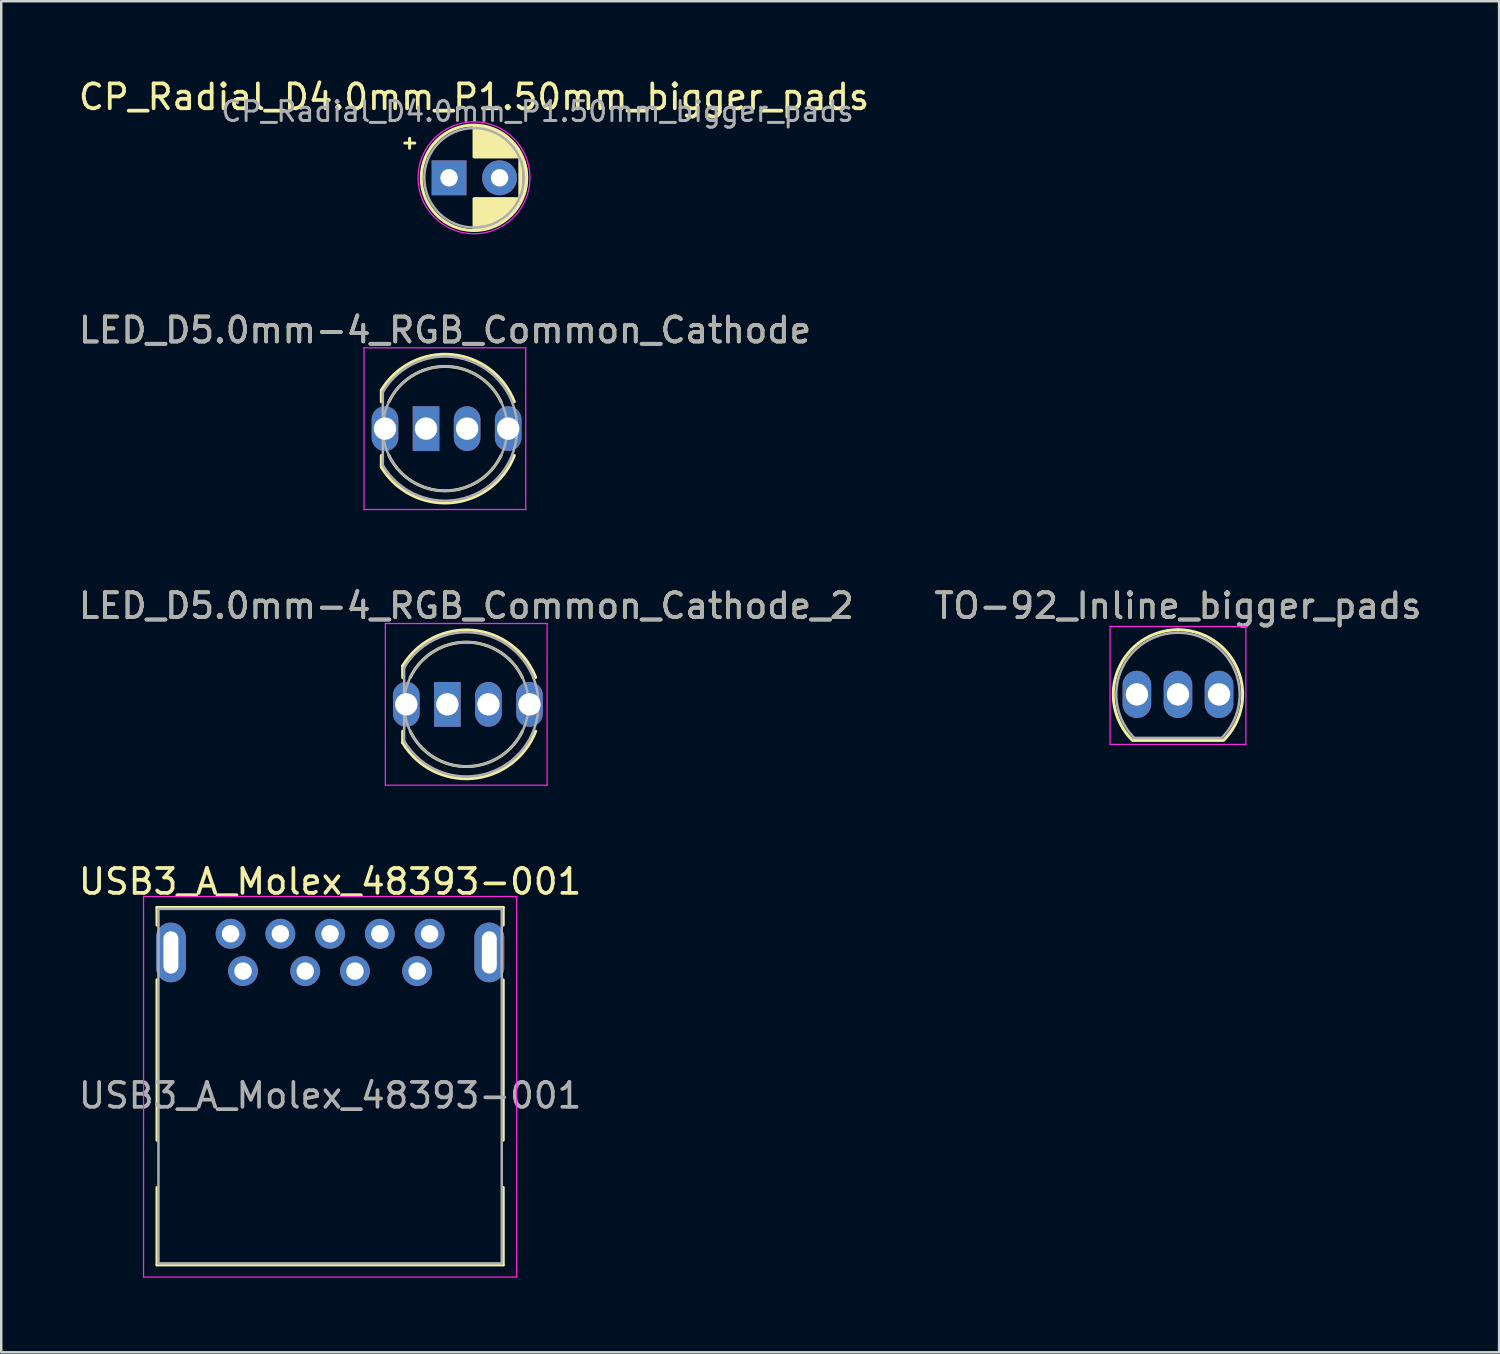
<source format=kicad_pcb>
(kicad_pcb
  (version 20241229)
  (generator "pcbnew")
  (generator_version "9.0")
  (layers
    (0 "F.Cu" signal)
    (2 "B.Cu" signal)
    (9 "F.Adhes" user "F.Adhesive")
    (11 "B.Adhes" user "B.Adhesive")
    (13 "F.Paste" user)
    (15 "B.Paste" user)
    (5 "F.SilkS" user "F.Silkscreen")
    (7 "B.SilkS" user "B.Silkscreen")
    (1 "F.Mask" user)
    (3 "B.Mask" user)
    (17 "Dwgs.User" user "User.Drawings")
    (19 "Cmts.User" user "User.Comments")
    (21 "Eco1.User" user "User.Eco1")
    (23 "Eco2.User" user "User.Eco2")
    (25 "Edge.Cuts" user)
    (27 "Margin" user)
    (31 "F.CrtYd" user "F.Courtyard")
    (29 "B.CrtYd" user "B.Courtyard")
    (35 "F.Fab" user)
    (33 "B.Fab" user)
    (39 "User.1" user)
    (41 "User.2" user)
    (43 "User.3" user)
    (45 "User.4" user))
  (footprint "CP_Radial_D4.0mm_P1.50mm_bigger_pads"
    (layer "F.Cu")
    (at 15.256 4.098)
    (property "Reference" "CP_Radial_D4.0mm_P1.50mm_bigger_pads" (at 0.75 -3.25 0) (layer "F.SilkS") (effects (font (size 1 1) (thickness 0.15))))
    (attr through_hole)
    (fp_line (start -2.032 -1.397) (end -1.632 -1.397) (stroke (width 0.12) (type solid)) (layer "F.SilkS"))
    (fp_line (start -1.841 -1.587) (end -1.841 -1.188) (stroke (width 0.12) (type solid)) (layer "F.SilkS"))
    (fp_line (start 0.75 -2.08) (end 0.75 -0.84) (stroke (width 0.12) (type solid)) (layer "F.SilkS"))
    (fp_line (start 0.75 0.84) (end 0.75 2.08) (stroke (width 0.12) (type solid)) (layer "F.SilkS"))
    (fp_line (start 0.79 -2.08) (end 0.79 -0.84) (stroke (width 0.12) (type solid)) (layer "F.SilkS"))
    (fp_line (start 0.79 0.84) (end 0.79 2.08) (stroke (width 0.12) (type solid)) (layer "F.SilkS"))
    (fp_line (start 0.83 -2.079) (end 0.83 -0.84) (stroke (width 0.12) (type solid)) (layer "F.SilkS"))
    (fp_line (start 0.83 0.84) (end 0.83 2.079) (stroke (width 0.12) (type solid)) (layer "F.SilkS"))
    (fp_line (start 0.87 -2.077) (end 0.87 -0.84) (stroke (width 0.12) (type solid)) (layer "F.SilkS"))
    (fp_line (start 0.87 0.84) (end 0.87 2.077) (stroke (width 0.12) (type solid)) (layer "F.SilkS"))
    (fp_line (start 0.91 -2.074) (end 0.91 -0.84) (stroke (width 0.12) (type solid)) (layer "F.SilkS"))
    (fp_line (start 0.91 0.84) (end 0.91 2.074) (stroke (width 0.12) (type solid)) (layer "F.SilkS"))
    (fp_line (start 0.95 -2.071) (end 0.95 -0.84) (stroke (width 0.12) (type solid)) (layer "F.SilkS"))
    (fp_line (start 0.95 0.84) (end 0.95 2.071) (stroke (width 0.12) (type solid)) (layer "F.SilkS"))
    (fp_line (start 0.99 -2.067) (end 0.99 -0.84) (stroke (width 0.12) (type solid)) (layer "F.SilkS"))
    (fp_line (start 0.99 0.84) (end 0.99 2.067) (stroke (width 0.12) (type solid)) (layer "F.SilkS"))
    (fp_line (start 1.03 -2.062) (end 1.03 -0.84) (stroke (width 0.12) (type solid)) (layer "F.SilkS"))
    (fp_line (start 1.03 0.84) (end 1.03 2.062) (stroke (width 0.12) (type solid)) (layer "F.SilkS"))
    (fp_line (start 1.07 -2.056) (end 1.07 -0.84) (stroke (width 0.12) (type solid)) (layer "F.SilkS"))
    (fp_line (start 1.07 0.84) (end 1.07 2.056) (stroke (width 0.12) (type solid)) (layer "F.SilkS"))
    (fp_line (start 1.11 -2.05) (end 1.11 -0.84) (stroke (width 0.12) (type solid)) (layer "F.SilkS"))
    (fp_line (start 1.11 0.84) (end 1.11 2.05) (stroke (width 0.12) (type solid)) (layer "F.SilkS"))
    (fp_line (start 1.15 -2.042) (end 1.15 -0.84) (stroke (width 0.12) (type solid)) (layer "F.SilkS"))
    (fp_line (start 1.15 0.84) (end 1.15 2.042) (stroke (width 0.12) (type solid)) (layer "F.SilkS"))
    (fp_line (start 1.19 -2.034) (end 1.19 -0.84) (stroke (width 0.12) (type solid)) (layer "F.SilkS"))
    (fp_line (start 1.19 0.84) (end 1.19 2.034) (stroke (width 0.12) (type solid)) (layer "F.SilkS"))
    (fp_line (start 1.23 -2.025) (end 1.23 -0.84) (stroke (width 0.12) (type solid)) (layer "F.SilkS"))
    (fp_line (start 1.23 0.84) (end 1.23 2.025) (stroke (width 0.12) (type solid)) (layer "F.SilkS"))
    (fp_line (start 1.27 -2.016) (end 1.27 -0.84) (stroke (width 0.12) (type solid)) (layer "F.SilkS"))
    (fp_line (start 1.27 0.84) (end 1.27 2.016) (stroke (width 0.12) (type solid)) (layer "F.SilkS"))
    (fp_line (start 1.31 -2.005) (end 1.31 -0.84) (stroke (width 0.12) (type solid)) (layer "F.SilkS"))
    (fp_line (start 1.31 0.84) (end 1.31 2.005) (stroke (width 0.12) (type solid)) (layer "F.SilkS"))
    (fp_line (start 1.35 -1.994) (end 1.35 -0.84) (stroke (width 0.12) (type solid)) (layer "F.SilkS"))
    (fp_line (start 1.35 0.84) (end 1.35 1.994) (stroke (width 0.12) (type solid)) (layer "F.SilkS"))
    (fp_line (start 1.39 -1.982) (end 1.39 -0.84) (stroke (width 0.12) (type solid)) (layer "F.SilkS"))
    (fp_line (start 1.39 0.84) (end 1.39 1.982) (stroke (width 0.12) (type solid)) (layer "F.SilkS"))
    (fp_line (start 1.43 -1.968) (end 1.43 -0.84) (stroke (width 0.12) (type solid)) (layer "F.SilkS"))
    (fp_line (start 1.43 0.84) (end 1.43 1.968) (stroke (width 0.12) (type solid)) (layer "F.SilkS"))
    (fp_line (start 1.471 -1.954) (end 1.471 -0.84) (stroke (width 0.12) (type solid)) (layer "F.SilkS"))
    (fp_line (start 1.471 0.84) (end 1.471 1.954) (stroke (width 0.12) (type solid)) (layer "F.SilkS"))
    (fp_line (start 1.511 -1.94) (end 1.511 -0.84) (stroke (width 0.12) (type solid)) (layer "F.SilkS"))
    (fp_line (start 1.511 0.84) (end 1.511 1.94) (stroke (width 0.12) (type solid)) (layer "F.SilkS"))
    (fp_line (start 1.551 -1.924) (end 1.551 -0.84) (stroke (width 0.12) (type solid)) (layer "F.SilkS"))
    (fp_line (start 1.551 0.84) (end 1.551 1.924) (stroke (width 0.12) (type solid)) (layer "F.SilkS"))
    (fp_line (start 1.591 -1.907) (end 1.591 -0.84) (stroke (width 0.12) (type solid)) (layer "F.SilkS"))
    (fp_line (start 1.591 0.84) (end 1.591 1.907) (stroke (width 0.12) (type solid)) (layer "F.SilkS"))
    (fp_line (start 1.631 -1.889) (end 1.631 -0.84) (stroke (width 0.12) (type solid)) (layer "F.SilkS"))
    (fp_line (start 1.631 0.84) (end 1.631 1.889) (stroke (width 0.12) (type solid)) (layer "F.SilkS"))
    (fp_line (start 1.671 -1.87) (end 1.671 -0.84) (stroke (width 0.12) (type solid)) (layer "F.SilkS"))
    (fp_line (start 1.671 0.84) (end 1.671 1.87) (stroke (width 0.12) (type solid)) (layer "F.SilkS"))
    (fp_line (start 1.711 -1.851) (end 1.711 -0.84) (stroke (width 0.12) (type solid)) (layer "F.SilkS"))
    (fp_line (start 1.711 0.84) (end 1.711 1.851) (stroke (width 0.12) (type solid)) (layer "F.SilkS"))
    (fp_line (start 1.751 -1.83) (end 1.751 -0.84) (stroke (width 0.12) (type solid)) (layer "F.SilkS"))
    (fp_line (start 1.751 0.84) (end 1.751 1.83) (stroke (width 0.12) (type solid)) (layer "F.SilkS"))
    (fp_line (start 1.791 -1.808) (end 1.791 -0.84) (stroke (width 0.12) (type solid)) (layer "F.SilkS"))
    (fp_line (start 1.791 0.84) (end 1.791 1.808) (stroke (width 0.12) (type solid)) (layer "F.SilkS"))
    (fp_line (start 1.831 -1.785) (end 1.831 -0.84) (stroke (width 0.12) (type solid)) (layer "F.SilkS"))
    (fp_line (start 1.831 0.84) (end 1.831 1.785) (stroke (width 0.12) (type solid)) (layer "F.SilkS"))
    (fp_line (start 1.871 -1.76) (end 1.871 -0.84) (stroke (width 0.12) (type solid)) (layer "F.SilkS"))
    (fp_line (start 1.871 0.84) (end 1.871 1.76) (stroke (width 0.12) (type solid)) (layer "F.SilkS"))
    (fp_line (start 1.911 -1.735) (end 1.911 -0.84) (stroke (width 0.12) (type solid)) (layer "F.SilkS"))
    (fp_line (start 1.911 0.84) (end 1.911 1.735) (stroke (width 0.12) (type solid)) (layer "F.SilkS"))
    (fp_line (start 1.951 -1.708) (end 1.951 -0.84) (stroke (width 0.12) (type solid)) (layer "F.SilkS"))
    (fp_line (start 1.951 0.84) (end 1.951 1.708) (stroke (width 0.12) (type solid)) (layer "F.SilkS"))
    (fp_line (start 1.991 -1.68) (end 1.991 -0.84) (stroke (width 0.12) (type solid)) (layer "F.SilkS"))
    (fp_line (start 1.991 0.84) (end 1.991 1.68) (stroke (width 0.12) (type solid)) (layer "F.SilkS"))
    (fp_line (start 2.031 -1.65) (end 2.031 -0.84) (stroke (width 0.12) (type solid)) (layer "F.SilkS"))
    (fp_line (start 2.031 0.84) (end 2.031 1.65) (stroke (width 0.12) (type solid)) (layer "F.SilkS"))
    (fp_line (start 2.071 -1.619) (end 2.071 -0.84) (stroke (width 0.12) (type solid)) (layer "F.SilkS"))
    (fp_line (start 2.071 0.84) (end 2.071 1.619) (stroke (width 0.12) (type solid)) (layer "F.SilkS"))
    (fp_line (start 2.111 -1.587) (end 2.111 -0.84) (stroke (width 0.12) (type solid)) (layer "F.SilkS"))
    (fp_line (start 2.111 0.84) (end 2.111 1.587) (stroke (width 0.12) (type solid)) (layer "F.SilkS"))
    (fp_line (start 2.151 -1.552) (end 2.151 -0.84) (stroke (width 0.12) (type solid)) (layer "F.SilkS"))
    (fp_line (start 2.151 0.84) (end 2.151 1.552) (stroke (width 0.12) (type solid)) (layer "F.SilkS"))
    (fp_line (start 2.191 -1.516) (end 2.191 -0.84) (stroke (width 0.12) (type solid)) (layer "F.SilkS"))
    (fp_line (start 2.191 0.84) (end 2.191 1.516) (stroke (width 0.12) (type solid)) (layer "F.SilkS"))
    (fp_line (start 2.231 -1.478) (end 2.231 -0.84) (stroke (width 0.12) (type solid)) (layer "F.SilkS"))
    (fp_line (start 2.231 0.84) (end 2.231 1.478) (stroke (width 0.12) (type solid)) (layer "F.SilkS"))
    (fp_line (start 2.271 -1.438) (end 2.271 -0.84) (stroke (width 0.12) (type solid)) (layer "F.SilkS"))
    (fp_line (start 2.271 0.84) (end 2.271 1.438) (stroke (width 0.12) (type solid)) (layer "F.SilkS"))
    (fp_line (start 2.311 -1.396) (end 2.311 -0.84) (stroke (width 0.12) (type solid)) (layer "F.SilkS"))
    (fp_line (start 2.311 0.84) (end 2.311 1.396) (stroke (width 0.12) (type solid)) (layer "F.SilkS"))
    (fp_line (start 2.349 -0.826) (end 2.349 -1.206) (stroke (width 0.1) (type solid)) (layer "F.SilkS"))
    (fp_line (start 2.349 0.826) (end 2.349 1.27) (stroke (width 0.1) (type solid)) (layer "F.SilkS"))
    (fp_line (start 2.413 -0.826) (end 2.413 -1.27) (stroke (width 0.1) (type solid)) (layer "F.SilkS"))
    (fp_line (start 2.413 0.826) (end 2.413 1.206) (stroke (width 0.1) (type solid)) (layer "F.SilkS"))
    (fp_line (start 2.477 -0.826) (end 2.477 -1.143) (stroke (width 0.1) (type solid)) (layer "F.SilkS"))
    (fp_line (start 2.477 0.826) (end 2.477 1.143) (stroke (width 0.1) (type solid)) (layer "F.SilkS"))
    (fp_line (start 2.54 -0.826) (end 2.54 -1.143) (stroke (width 0.1) (type solid)) (layer "F.SilkS"))
    (fp_line (start 2.54 0.826) (end 2.54 1.079) (stroke (width 0.1) (type solid)) (layer "F.SilkS"))
    (fp_line (start 2.591 -1.013) (end 2.591 1.013) (stroke (width 0.12) (type solid)) (layer "F.SilkS"))
    (fp_line (start 2.631 -0.94) (end 2.631 0.94) (stroke (width 0.12) (type solid)) (layer "F.SilkS"))
    (fp_line (start 2.751 -0.664) (end 2.751 0.664) (stroke (width 0.12) (type solid)) (layer "F.SilkS"))
    (fp_line (start 2.791 -0.537) (end 2.791 0.537) (stroke (width 0.12) (type solid)) (layer "F.SilkS"))
    (fp_line (start 2.831 -0.37) (end 2.831 0.37) (stroke (width 0.12) (type solid)) (layer "F.SilkS"))
    (fp_circle (center 0.75 0) (end 2.87 0) (stroke (width 0.12) (type solid)) (fill no) (layer "F.SilkS"))
    (fp_circle (center 0.75 0) (end 3 0) (stroke (width 0.05) (type solid)) (fill no) (layer "F.CrtYd"))
    (fp_circle (center 0.75 0) (end 2.75 0) (stroke (width 0.1) (type solid)) (fill no) (layer "F.Fab"))
    (fp_text user "${REFERENCE}" (at 3.302 -2.667 0) (layer "F.Fab") (effects (font (size 0.8 0.8) (thickness 0.12))))
    (pad "1" thru_hole rect (at -0.254 0) (size 1.4 1.4) (drill 0.7) (layers "*.Cu" "*.Mask"))
    (pad "2" thru_hole circle (at 1.778 0) (size 1.4 1.4) (drill 0.7) (layers "*.Cu" "*.Mask")))
  (footprint "USB3_A_Molex_48393-001"
    (layer "F.Cu")
    (at 6.72 35.988)
    (property "Reference" "USB3_A_Molex_48393-001" (at 3.5 -3.6 0) (layer "F.SilkS") (effects (font (size 1 1) (thickness 0.15))))
    (attr through_hole)
    (fp_line (start -3.46 -2.56) (end -3.46 -1.85) (stroke (width 0.12) (type solid)) (layer "F.SilkS"))
    (fp_line (start -3.46 -2.56) (end 10.46 -2.56) (stroke (width 0.12) (type solid)) (layer "F.SilkS"))
    (fp_line (start -3.46 6.8) (end -3.46 0.35) (stroke (width 0.12) (type solid)) (layer "F.SilkS"))
    (fp_line (start -3.46 11.81) (end -3.46 8.7) (stroke (width 0.12) (type solid)) (layer "F.SilkS"))
    (fp_line (start -3.46 11.81) (end 10.46 11.81) (stroke (width 0.12) (type solid)) (layer "F.SilkS"))
    (fp_line (start 10.46 -2.56) (end 10.46 -1.85) (stroke (width 0.12) (type solid)) (layer "F.SilkS"))
    (fp_line (start 10.46 6.8) (end 10.46 0.35) (stroke (width 0.12) (type solid)) (layer "F.SilkS"))
    (fp_line (start 10.46 11.81) (end 10.46 8.7) (stroke (width 0.12) (type solid)) (layer "F.SilkS"))
    (fp_line (start -4 -3) (end 11 -3) (stroke (width 0.05) (type solid)) (layer "F.CrtYd"))
    (fp_line (start -4 12.3) (end -4 -3) (stroke (width 0.05) (type solid)) (layer "F.CrtYd"))
    (fp_line (start 11 -3) (end 11 12.3) (stroke (width 0.05) (type solid)) (layer "F.CrtYd"))
    (fp_line (start 11 12.3) (end -4 12.3) (stroke (width 0.05) (type solid)) (layer "F.CrtYd"))
    (fp_line (start -3.4 -2.5) (end 10.4 -2.5) (stroke (width 0.1) (type solid)) (layer "F.Fab"))
    (fp_line (start -3.4 11.75) (end -3.4 -2.5) (stroke (width 0.1) (type solid)) (layer "F.Fab"))
    (fp_line (start 10.4 -2.5) (end 10.4 11.75) (stroke (width 0.1) (type solid)) (layer "F.Fab"))
    (fp_line (start 10.4 11.75) (end -3.4 11.75) (stroke (width 0.1) (type solid)) (layer "F.Fab"))
    (fp_text user "${REFERENCE}" (at 3.5 5 0) (layer "F.Fab") (effects (font (size 1 1) (thickness 0.15))))
    (pad "1" thru_hole circle (at 0 0) (size 1.2 1.2) (drill 0.7) (layers "*.Cu" "*.Mask"))
    (pad "2" thru_hole circle (at 2.5 0) (size 1.2 1.2) (drill 0.7) (layers "*.Cu" "*.Mask"))
    (pad "3" thru_hole circle (at 4.5 0) (size 1.2 1.2) (drill 0.7) (layers "*.Cu" "*.Mask"))
    (pad "4" thru_hole circle (at 7 0) (size 1.2 1.2) (drill 0.7) (layers "*.Cu" "*.Mask"))
    (pad "5" thru_hole circle (at 7.5 -1.5) (size 1.2 1.2) (drill 0.7) (layers "*.Cu" "*.Mask"))
    (pad "6" thru_hole circle (at 5.5 -1.5) (size 1.2 1.2) (drill 0.7) (layers "*.Cu" "*.Mask"))
    (pad "7" thru_hole circle (at 3.5 -1.5) (size 1.2 1.2) (drill 0.7) (layers "*.Cu" "*.Mask"))
    (pad "8" thru_hole circle (at 1.5 -1.5) (size 1.2 1.2) (drill 0.7) (layers "*.Cu" "*.Mask"))
    (pad "9" thru_hole circle (at -0.5 -1.5) (size 1.2 1.2) (drill 0.7) (layers "*.Cu" "*.Mask"))
    (pad "10" thru_hole oval (at -2.9 -0.75) (size 1.2 2.4) (drill oval 0.6 1.7) (layers "*.Cu" "*.Mask"))
    (pad "10" thru_hole oval (at 9.9 -0.75) (size 1.2 2.4) (drill oval 0.6 1.7) (layers "*.Cu" "*.Mask")))
  (footprint "LED_D5.0mm-4_RGB_Common_Cathode"
    (layer "F.Cu")
    (at 12.934 14.181)
    (property "Reference" "LED_D5.0mm-4_RGB_Common_Cathode" (at 1.905 -3.96 0) (layer "F.SilkS") (effects (font (size 1 1) (thickness 0.15))))
    (attr through_hole)
    (fp_line (start -0.655 -1.545) (end -0.655 -1.08) (stroke (width 0.12) (type solid)) (layer "F.SilkS"))
    (fp_line (start -0.655 1.08) (end -0.655 1.545) (stroke (width 0.12) (type solid)) (layer "F.SilkS"))
    (fp_arc (start -0.655 -1.54483) (mid 2.163456 -2.978809) (end 4.692815 -1.080827) (stroke (width 0.12) (type solid)) (layer "F.SilkS"))
    (fp_arc (start -0.349684 -1.08) (mid 1.904762 -2.5) (end 4.159479 -1.080429) (stroke (width 0.12) (type solid)) (layer "F.SilkS"))
    (fp_arc (start 4.159479 1.080429) (mid 1.904762 2.5) (end -0.349684 1.08) (stroke (width 0.12) (type solid)) (layer "F.SilkS"))
    (fp_arc (start 4.692815 1.080827) (mid 2.163456 2.978808) (end -0.655 1.54483) (stroke (width 0.12) (type solid)) (layer "F.SilkS"))
    (fp_line (start -1.35 -3.25) (end -1.35 3.25) (stroke (width 0.05) (type solid)) (layer "F.CrtYd"))
    (fp_line (start -1.35 3.25) (end 5.15 3.25) (stroke (width 0.05) (type solid)) (layer "F.CrtYd"))
    (fp_line (start 5.15 -3.25) (end -1.35 -3.25) (stroke (width 0.05) (type solid)) (layer "F.CrtYd"))
    (fp_line (start 5.15 3.25) (end 5.15 -3.25) (stroke (width 0.05) (type solid)) (layer "F.CrtYd"))
    (fp_line (start -0.595 -1.47) (end -0.595 1.47) (stroke (width 0.1) (type solid)) (layer "F.Fab"))
    (fp_arc (start -0.595 -1.469694) (mid 4.805 0.000016) (end -0.595016 1.469666) (stroke (width 0.1) (type solid)) (layer "F.Fab"))
    (fp_circle (center 1.905 0) (end 4.405 0) (stroke (width 0.1) (type solid)) (fill no) (layer "F.Fab"))
    (fp_text user "${REFERENCE}" (at 1.905 -3.96 0) (layer "F.Fab") (effects (font (size 1 1) (thickness 0.15))))
    (pad "1" thru_hole rect (at 1.143 0) (size 1.07 1.8) (drill 0.9) (layers "*.Cu" "*.Mask"))
    (pad "2" thru_hole oval (at -0.508 0) (size 1.07 1.8) (drill 0.9) (layers "*.Cu" "*.Mask"))
    (pad "3" thru_hole oval (at 2.794 0) (size 1.07 1.8) (drill 0.9) (layers "*.Cu" "*.Mask"))
    (pad "4" thru_hole oval (at 4.445 0) (size 1.07 1.8) (drill 0.9) (layers "*.Cu" "*.Mask")))
  (footprint "LED_D5.0mm-4_RGB_Common_Cathode_2"
    (layer "F.Cu")
    (at 13.791 25.265)
    (property "Reference" "LED_D5.0mm-4_RGB_Common_Cathode_2" (at 1.905 -3.96 0) (layer "F.SilkS") (effects (font (size 1 1) (thickness 0.15))))
    (attr through_hole)
    (fp_line (start -0.655 -1.545) (end -0.655 -1.08) (stroke (width 0.12) (type solid)) (layer "F.SilkS"))
    (fp_line (start -0.655 1.08) (end -0.655 1.545) (stroke (width 0.12) (type solid)) (layer "F.SilkS"))
    (fp_arc (start -0.655 -1.54483) (mid 2.163456 -2.978809) (end 4.692815 -1.080827) (stroke (width 0.12) (type solid)) (layer "F.SilkS"))
    (fp_arc (start -0.349684 -1.08) (mid 1.904762 -2.5) (end 4.159479 -1.080429) (stroke (width 0.12) (type solid)) (layer "F.SilkS"))
    (fp_arc (start 4.159479 1.080429) (mid 1.904762 2.5) (end -0.349684 1.08) (stroke (width 0.12) (type solid)) (layer "F.SilkS"))
    (fp_arc (start 4.692815 1.080827) (mid 2.163456 2.978808) (end -0.655 1.54483) (stroke (width 0.12) (type solid)) (layer "F.SilkS"))
    (fp_line (start -1.35 -3.25) (end -1.35 3.25) (stroke (width 0.05) (type solid)) (layer "F.CrtYd"))
    (fp_line (start -1.35 3.25) (end 5.15 3.25) (stroke (width 0.05) (type solid)) (layer "F.CrtYd"))
    (fp_line (start 5.15 -3.25) (end -1.35 -3.25) (stroke (width 0.05) (type solid)) (layer "F.CrtYd"))
    (fp_line (start 5.15 3.25) (end 5.15 -3.25) (stroke (width 0.05) (type solid)) (layer "F.CrtYd"))
    (fp_line (start -0.595 -1.47) (end -0.595 1.47) (stroke (width 0.1) (type solid)) (layer "F.Fab"))
    (fp_arc (start -0.595 -1.469694) (mid 4.805 0.000016) (end -0.595016 1.469666) (stroke (width 0.1) (type solid)) (layer "F.Fab"))
    (fp_circle (center 1.905 0) (end 4.405 0) (stroke (width 0.1) (type solid)) (fill no) (layer "F.Fab"))
    (fp_text user "${REFERENCE}" (at 1.905 -3.96 0) (layer "F.Fab") (effects (font (size 1 1) (thickness 0.15))))
    (pad "1" thru_hole rect (at 1.143 0) (size 1.07 1.8) (drill 0.9) (layers "*.Cu" "*.Mask"))
    (pad "2" thru_hole oval (at -0.508 0) (size 1.07 1.8) (drill 0.9) (layers "*.Cu" "*.Mask"))
    (pad "3" thru_hole oval (at 2.794 0) (size 1.07 1.8) (drill 0.9) (layers "*.Cu" "*.Mask"))
    (pad "4" thru_hole oval (at 4.445 0) (size 1.07 1.8) (drill 0.9) (layers "*.Cu" "*.Mask")))
  (footprint "TO-92_Inline_bigger_pads"
    (layer "F.Cu")
    (at 43.034 24.865)
    (property "Reference" "TO-92_Inline_bigger_pads" (at 1.27 -3.56 0) (layer "F.SilkS") (effects (font (size 1 1) (thickness 0.15))))
    (attr through_hole)
    (fp_line (start -0.53 1.85) (end 3.07 1.85) (stroke (width 0.12) (type solid)) (layer "F.SilkS"))
    (fp_arc (start -0.568478 1.838478) (mid -1.132087 -0.994977) (end 1.27 -2.6) (stroke (width 0.12) (type solid)) (layer "F.SilkS"))
    (fp_arc (start 1.27 -2.6) (mid 3.672087 -0.994977) (end 3.108478 1.838478) (stroke (width 0.12) (type solid)) (layer "F.SilkS"))
    (fp_line (start -1.46 -2.73) (end -1.46 2.01) (stroke (width 0.05) (type solid)) (layer "F.CrtYd"))
    (fp_line (start -1.46 -2.73) (end 4 -2.73) (stroke (width 0.05) (type solid)) (layer "F.CrtYd"))
    (fp_line (start 4 2.01) (end -1.46 2.01) (stroke (width 0.05) (type solid)) (layer "F.CrtYd"))
    (fp_line (start 4 2.01) (end 4 -2.73) (stroke (width 0.05) (type solid)) (layer "F.CrtYd"))
    (fp_line (start -0.5 1.75) (end 3 1.75) (stroke (width 0.1) (type solid)) (layer "F.Fab"))
    (fp_arc (start -0.483625 1.753625) (mid -1.021221 -0.949055) (end 1.27 -2.48) (stroke (width 0.1) (type solid)) (layer "F.Fab"))
    (fp_arc (start 1.27 -2.48) (mid 3.561221 -0.949055) (end 3.023625 1.753625) (stroke (width 0.1) (type solid)) (layer "F.Fab"))
    (fp_text user "${REFERENCE}" (at 1.27 -3.56 0) (layer "F.Fab") (effects (font (size 1 1) (thickness 0.15))))
    (pad "1" thru_hole oval (at -0.381 0) (size 1.15 1.9) (drill 0.9) (layers "*.Cu" "*.Mask"))
    (pad "2" thru_hole oval (at 1.27 0) (size 1.15 1.9) (drill 0.9) (layers "*.Cu" "*.Mask"))
    (pad "3" thru_hole oval (at 2.921 0) (size 1.15 1.9) (drill 0.9) (layers "*.Cu" "*.Mask")))
  (gr_rect
    (start -3 -3)
    (end 57.214 51.313)
    (stroke (width 0.1) (type default))
    (fill no)
    (layer "Edge.Cuts")))
</source>
